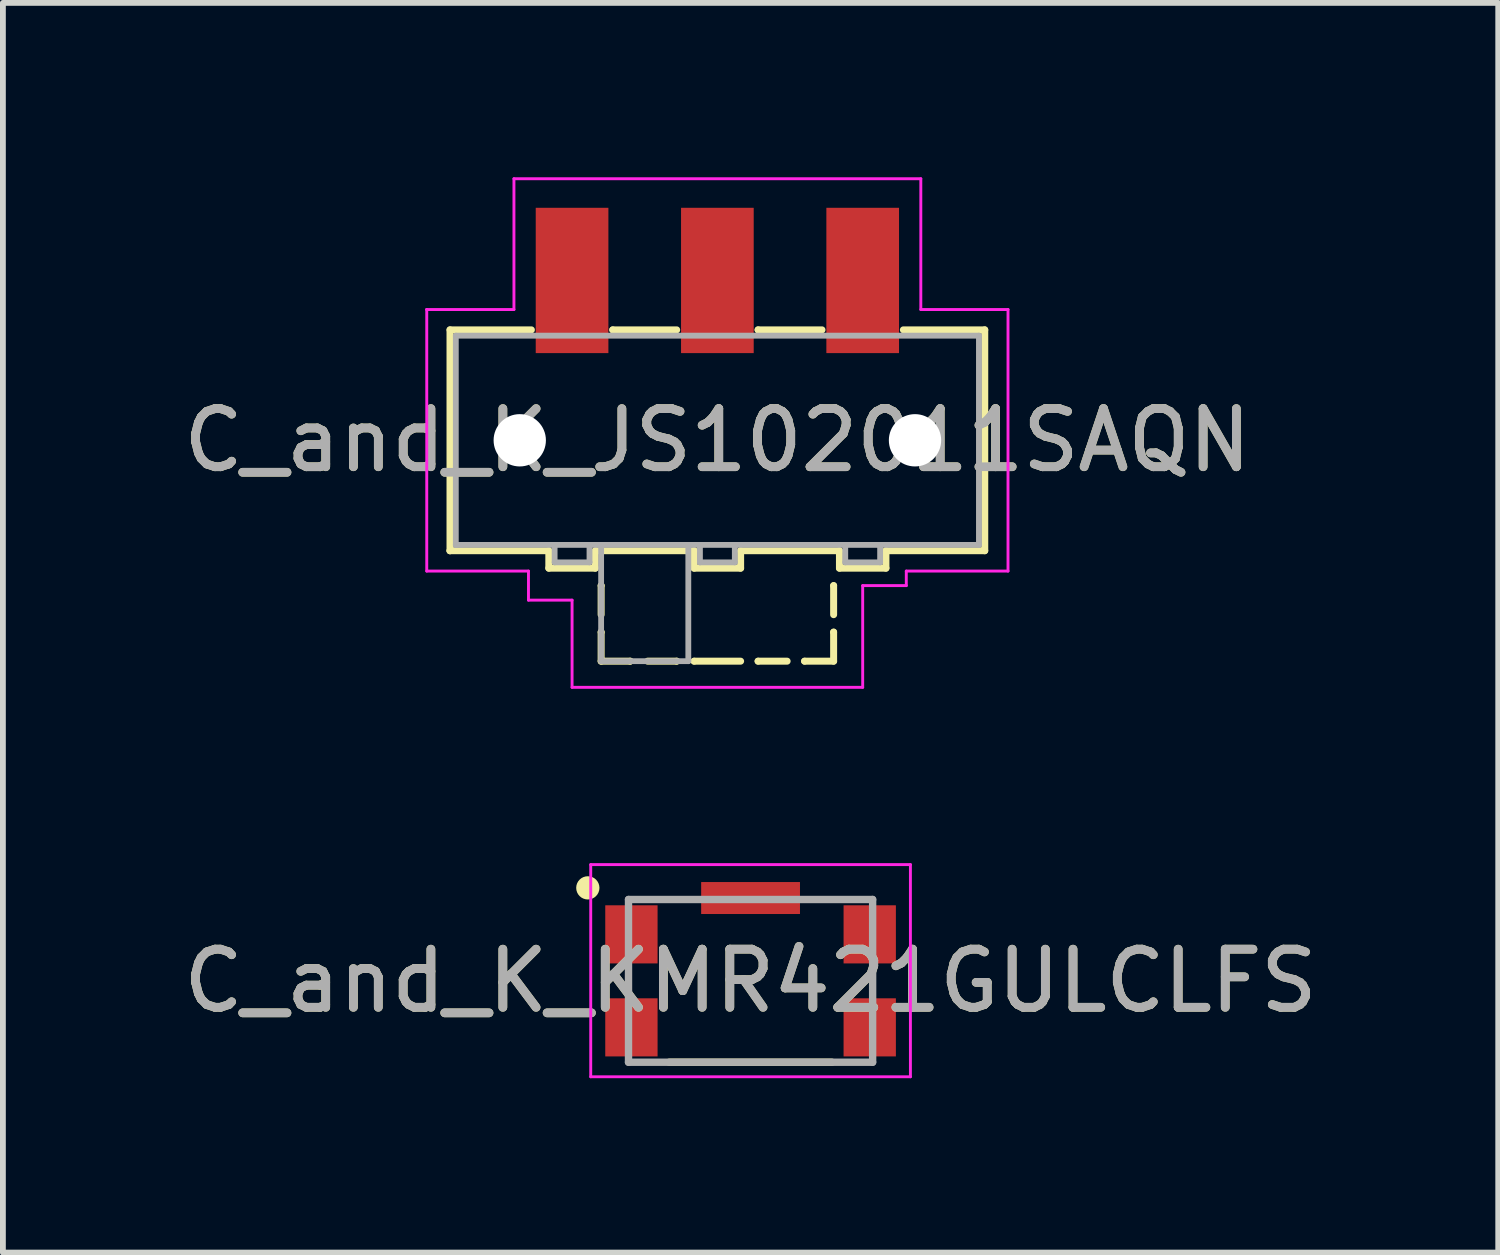
<source format=kicad_pcb>
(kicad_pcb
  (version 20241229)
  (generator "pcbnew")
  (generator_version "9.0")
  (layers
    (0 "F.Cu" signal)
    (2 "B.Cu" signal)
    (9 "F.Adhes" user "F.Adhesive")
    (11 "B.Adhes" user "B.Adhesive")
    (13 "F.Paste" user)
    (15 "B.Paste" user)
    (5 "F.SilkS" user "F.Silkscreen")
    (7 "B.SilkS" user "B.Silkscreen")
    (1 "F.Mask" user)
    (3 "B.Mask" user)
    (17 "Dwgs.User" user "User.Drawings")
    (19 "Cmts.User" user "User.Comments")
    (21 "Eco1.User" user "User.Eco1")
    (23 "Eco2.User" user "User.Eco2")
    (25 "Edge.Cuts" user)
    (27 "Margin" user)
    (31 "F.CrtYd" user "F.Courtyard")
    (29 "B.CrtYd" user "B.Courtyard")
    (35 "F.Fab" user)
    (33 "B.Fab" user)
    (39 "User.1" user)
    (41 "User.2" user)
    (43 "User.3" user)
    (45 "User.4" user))
  (footprint "C_and_K_JS102011SAQN"
    (layer "F.Cu")
    (at 9.292 4.525)
    (property "Reference" "C_and_K_JS102011SAQN" (at 0 0 0) (layer "F.SilkS") (effects (font (size 1 1) (thickness 0.15))))
    (attr smd)
    (fp_line (start -4.6 -1.9) (end -3.2 -1.9) (stroke (width 0.12) (type solid)) (layer "F.SilkS"))
    (fp_line (start -4.6 1.9) (end -4.6 -1.9) (stroke (width 0.12) (type solid)) (layer "F.SilkS"))
    (fp_line (start -4.6 1.9) (end -4.6 1.9) (stroke (width 0.12) (type solid)) (layer "F.SilkS"))
    (fp_line (start -2.9 1.9) (end -4.6 1.9) (stroke (width 0.12) (type solid)) (layer "F.SilkS"))
    (fp_line (start -2.9 2.2) (end -2.9 1.9) (stroke (width 0.12) (type solid)) (layer "F.SilkS"))
    (fp_line (start -2.1 1.9) (end -2.1 2.2) (stroke (width 0.12) (type solid)) (layer "F.SilkS"))
    (fp_line (start -2.1 2.2) (end -2.9 2.2) (stroke (width 0.12) (type solid)) (layer "F.SilkS"))
    (fp_line (start -2 2.5) (end -2 2.5) (stroke (width 0.12) (type solid)) (layer "F.SilkS"))
    (fp_line (start -2 3) (end -2 2.5) (stroke (width 0.12) (type solid)) (layer "F.SilkS"))
    (fp_line (start -2 3.3) (end -2 3.3) (stroke (width 0.12) (type solid)) (layer "F.SilkS"))
    (fp_line (start -2 3.8) (end -2 3.3) (stroke (width 0.12) (type solid)) (layer "F.SilkS"))
    (fp_line (start -2 3.8) (end -1.5 3.8) (stroke (width 0.12) (type solid)) (layer "F.SilkS"))
    (fp_line (start -1.8 -1.9) (end -1.8 -1.9) (stroke (width 0.12) (type solid)) (layer "F.SilkS"))
    (fp_line (start -1.5 3.8) (end -1.5 3.8) (stroke (width 0.12) (type solid)) (layer "F.SilkS"))
    (fp_line (start -1.2 3.8) (end -0.7 3.8) (stroke (width 0.12) (type solid)) (layer "F.SilkS"))
    (fp_line (start -0.7 -1.9) (end -1.8 -1.9) (stroke (width 0.12) (type solid)) (layer "F.SilkS"))
    (fp_line (start -0.7 3.8) (end -0.7 3.8) (stroke (width 0.12) (type solid)) (layer "F.SilkS"))
    (fp_line (start -0.4 1.9) (end -2.1 1.9) (stroke (width 0.12) (type solid)) (layer "F.SilkS"))
    (fp_line (start -0.4 2.2) (end -0.4 1.9) (stroke (width 0.12) (type solid)) (layer "F.SilkS"))
    (fp_line (start -0.4 3.8) (end -0.4 3.8) (stroke (width 0.12) (type solid)) (layer "F.SilkS"))
    (fp_line (start 0.4 1.9) (end 0.4 2.2) (stroke (width 0.12) (type solid)) (layer "F.SilkS"))
    (fp_line (start 0.4 2.2) (end -0.4 2.2) (stroke (width 0.12) (type solid)) (layer "F.SilkS"))
    (fp_line (start 0.4 3.8) (end -0.4 3.8) (stroke (width 0.12) (type solid)) (layer "F.SilkS"))
    (fp_line (start 0.7 -1.9) (end 0.7 -1.9) (stroke (width 0.12) (type solid)) (layer "F.SilkS"))
    (fp_line (start 0.7 3.8) (end 0.7 3.8) (stroke (width 0.12) (type solid)) (layer "F.SilkS"))
    (fp_line (start 1.2 3.8) (end 0.7 3.8) (stroke (width 0.12) (type solid)) (layer "F.SilkS"))
    (fp_line (start 1.5 3.8) (end 1.5 3.8) (stroke (width 0.12) (type solid)) (layer "F.SilkS"))
    (fp_line (start 1.8 -1.9) (end 0.7 -1.9) (stroke (width 0.12) (type solid)) (layer "F.SilkS"))
    (fp_line (start 2 2.5) (end 2 2.5) (stroke (width 0.12) (type solid)) (layer "F.SilkS"))
    (fp_line (start 2 3) (end 2 2.5) (stroke (width 0.12) (type solid)) (layer "F.SilkS"))
    (fp_line (start 2 3.3) (end 2 3.3) (stroke (width 0.12) (type solid)) (layer "F.SilkS"))
    (fp_line (start 2 3.8) (end 1.5 3.8) (stroke (width 0.12) (type solid)) (layer "F.SilkS"))
    (fp_line (start 2 3.8) (end 2 3.3) (stroke (width 0.12) (type solid)) (layer "F.SilkS"))
    (fp_line (start 2.1 1.9) (end 0.4 1.9) (stroke (width 0.12) (type solid)) (layer "F.SilkS"))
    (fp_line (start 2.1 2.2) (end 2.1 1.9) (stroke (width 0.12) (type solid)) (layer "F.SilkS"))
    (fp_line (start 2.9 1.9) (end 2.9 2.2) (stroke (width 0.12) (type solid)) (layer "F.SilkS"))
    (fp_line (start 2.9 2.2) (end 2.1 2.2) (stroke (width 0.12) (type solid)) (layer "F.SilkS"))
    (fp_line (start 3.2 -1.9) (end 4.6 -1.9) (stroke (width 0.12) (type solid)) (layer "F.SilkS"))
    (fp_line (start 4.6 -1.9) (end 4.6 1.9) (stroke (width 0.12) (type solid)) (layer "F.SilkS"))
    (fp_line (start 4.6 1.9) (end 2.9 1.9) (stroke (width 0.12) (type solid)) (layer "F.SilkS"))
    (fp_line (start -5 -2.25) (end -5 -2.25) (stroke (width 0.05) (type solid)) (layer "F.CrtYd"))
    (fp_line (start -5 -2.25) (end -5 2.25) (stroke (width 0.05) (type solid)) (layer "F.CrtYd"))
    (fp_line (start -5 2.25) (end -3.25 2.25) (stroke (width 0.05) (type solid)) (layer "F.CrtYd"))
    (fp_line (start -3.5 -4.5) (end -3.5 -2.25) (stroke (width 0.05) (type solid)) (layer "F.CrtYd"))
    (fp_line (start -3.5 -2.25) (end -5 -2.25) (stroke (width 0.05) (type solid)) (layer "F.CrtYd"))
    (fp_line (start -3.25 2.25) (end -3.25 2.75) (stroke (width 0.05) (type solid)) (layer "F.CrtYd"))
    (fp_line (start -3.25 2.75) (end -2.5 2.75) (stroke (width 0.05) (type solid)) (layer "F.CrtYd"))
    (fp_line (start -2.5 2.75) (end -2.5 4.25) (stroke (width 0.05) (type solid)) (layer "F.CrtYd"))
    (fp_line (start -2.5 4.25) (end 2.5 4.25) (stroke (width 0.05) (type solid)) (layer "F.CrtYd"))
    (fp_line (start 2.5 2.5) (end 3.25 2.5) (stroke (width 0.05) (type solid)) (layer "F.CrtYd"))
    (fp_line (start 2.5 4.25) (end 2.5 2.5) (stroke (width 0.05) (type solid)) (layer "F.CrtYd"))
    (fp_line (start 3.25 2.25) (end 5 2.25) (stroke (width 0.05) (type solid)) (layer "F.CrtYd"))
    (fp_line (start 3.25 2.5) (end 3.25 2.25) (stroke (width 0.05) (type solid)) (layer "F.CrtYd"))
    (fp_line (start 3.5 -4.5) (end -3.5 -4.5) (stroke (width 0.05) (type solid)) (layer "F.CrtYd"))
    (fp_line (start 3.5 -2.25) (end 3.5 -4.5) (stroke (width 0.05) (type solid)) (layer "F.CrtYd"))
    (fp_line (start 5 -2.25) (end 3.5 -2.25) (stroke (width 0.05) (type solid)) (layer "F.CrtYd"))
    (fp_line (start 5 2.25) (end 5 -2.25) (stroke (width 0.05) (type solid)) (layer "F.CrtYd"))
    (fp_line (start -4.5 -1.8) (end -4.5 1.8) (stroke (width 0.1) (type solid)) (layer "F.Fab"))
    (fp_line (start -4.5 -1.8) (end 4.5 -1.8) (stroke (width 0.1) (type solid)) (layer "F.Fab"))
    (fp_line (start -4.5 1.8) (end -4.5 1.8) (stroke (width 0.1) (type solid)) (layer "F.Fab"))
    (fp_line (start -4.5 1.8) (end -4.5 1.8) (stroke (width 0.1) (type solid)) (layer "F.Fab"))
    (fp_line (start -4.4 1.8) (end -4.5 1.8) (stroke (width 0.1) (type solid)) (layer "F.Fab"))
    (fp_line (start -2.8 1.8) (end -2.8 1.8) (stroke (width 0.1) (type solid)) (layer "F.Fab"))
    (fp_line (start -2.8 2.1) (end -2.8 1.8) (stroke (width 0.1) (type solid)) (layer "F.Fab"))
    (fp_line (start -2.2 1.8) (end -2.2 2.1) (stroke (width 0.1) (type solid)) (layer "F.Fab"))
    (fp_line (start -2.2 2.1) (end -2.8 2.1) (stroke (width 0.1) (type solid)) (layer "F.Fab"))
    (fp_line (start -2 1.8) (end -2 1.8) (stroke (width 0.1) (type solid)) (layer "F.Fab"))
    (fp_line (start -2 3.8) (end -2 1.8) (stroke (width 0.1) (type solid)) (layer "F.Fab"))
    (fp_line (start -1.5 1.8) (end -1.5 1.8) (stroke (width 0.1) (type solid)) (layer "F.Fab"))
    (fp_line (start -0.5 1.8) (end -0.5 3.8) (stroke (width 0.1) (type solid)) (layer "F.Fab"))
    (fp_line (start -0.5 3.8) (end -2 3.8) (stroke (width 0.1) (type solid)) (layer "F.Fab"))
    (fp_line (start -0.3 1.8) (end -0.3 1.8) (stroke (width 0.1) (type solid)) (layer "F.Fab"))
    (fp_line (start -0.3 2.1) (end -0.3 1.8) (stroke (width 0.1) (type solid)) (layer "F.Fab"))
    (fp_line (start 0.3 1.8) (end 0.3 2.1) (stroke (width 0.1) (type solid)) (layer "F.Fab"))
    (fp_line (start 0.3 2.1) (end -0.3 2.1) (stroke (width 0.1) (type solid)) (layer "F.Fab"))
    (fp_line (start 2.2 1.8) (end 2.2 2.1) (stroke (width 0.1) (type solid)) (layer "F.Fab"))
    (fp_line (start 2.2 2.1) (end 2.8 2.1) (stroke (width 0.1) (type solid)) (layer "F.Fab"))
    (fp_line (start 2.8 1.8) (end 2.8 1.8) (stroke (width 0.1) (type solid)) (layer "F.Fab"))
    (fp_line (start 2.8 2.1) (end 2.8 1.8) (stroke (width 0.1) (type solid)) (layer "F.Fab"))
    (fp_line (start 4.5 -1.8) (end 4.5 1.8) (stroke (width 0.1) (type solid)) (layer "F.Fab"))
    (fp_line (start 4.5 1.8) (end -4.4 1.8) (stroke (width 0.1) (type solid)) (layer "F.Fab"))
    (fp_text user "${REFERENCE}" (at 0 0 0) (layer "F.Fab") (effects (font (size 1 1) (thickness 0.15))))
    (pad "" np_thru_hole circle (at -3.4 0) (size 0.9 0.9) (drill 0.9) (layers "*.Cu" "*.Mask"))
    (pad "" np_thru_hole circle (at 3.4 0) (size 0.9 0.9) (drill 0.9) (layers "*.Cu" "*.Mask"))
    (pad "1" smd rect (at -2.5 -2.75) (size 1.25 2.5) (layers "F.Cu" "F.Mask" "F.Paste"))
    (pad "2" smd rect (at 0 -2.75) (size 1.25 2.5) (layers "F.Cu" "F.Mask" "F.Paste"))
    (pad "3" smd rect (at 2.5 -2.75) (size 1.25 2.5) (layers "F.Cu" "F.Mask" "F.Paste")))
  (footprint "C_and_K_KMR421GULCLFS"
    (layer "F.Cu")
    (at 9.863 13.825)
    (property "Reference" "C_and_K_KMR421GULCLFS" (at 0 0 0) (layer "F.SilkS") (effects (font (size 1 1) (thickness 0.15))))
    (attr smd)
    (fp_line (start -1.4 1.4) (end 1.4 1.4) (stroke (width 0.127) (type solid)) (layer "F.SilkS"))
    (fp_circle (center -2.8 -1.6) (end -2.7 -1.6) (stroke (width 0.2) (type solid)) (fill no) (layer "F.SilkS"))
    (fp_line (start -2.75 -2) (end 2.75 -2) (stroke (width 0.05) (type solid)) (layer "F.CrtYd"))
    (fp_line (start -2.75 1.65) (end -2.75 -2) (stroke (width 0.05) (type solid)) (layer "F.CrtYd"))
    (fp_line (start 2.75 -2) (end 2.75 1.65) (stroke (width 0.05) (type solid)) (layer "F.CrtYd"))
    (fp_line (start 2.75 1.65) (end -2.75 1.65) (stroke (width 0.05) (type solid)) (layer "F.CrtYd"))
    (fp_line (start -2.1 -1.4) (end 2.1 -1.4) (stroke (width 0.127) (type solid)) (layer "F.Fab"))
    (fp_line (start -2.1 1.4) (end -2.1 -1.4) (stroke (width 0.127) (type solid)) (layer "F.Fab"))
    (fp_line (start 2.1 -1.4) (end 2.1 1.4) (stroke (width 0.127) (type solid)) (layer "F.Fab"))
    (fp_line (start 2.1 1.4) (end -2.1 1.4) (stroke (width 0.127) (type solid)) (layer "F.Fab"))
    (fp_text user "${REFERENCE}" (at 0 0 0) (layer "F.Fab") (effects (font (size 1 1) (thickness 0.15))))
    (pad "1" smd rect (at -2.05 -0.8) (size 0.9 1) (layers "F.Cu" "F.Mask" "F.Paste"))
    (pad "2" smd rect (at -2.05 0.8) (size 0.9 1) (layers "F.Cu" "F.Mask" "F.Paste"))
    (pad "3" smd rect (at 2.05 0.8) (size 0.9 1) (layers "F.Cu" "F.Mask" "F.Paste"))
    (pad "4" smd rect (at 2.05 -0.8) (size 0.9 1) (layers "F.Cu" "F.Mask" "F.Paste"))
    (pad "5" smd rect (at 0 -1.425) (size 1.7 0.55) (layers "F.Cu" "F.Mask" "F.Paste")))
  (gr_rect
    (start -3 -3)
    (end 22.726 18.5)
    (stroke (width 0.1) (type default))
    (fill no)
    (layer "Edge.Cuts")))
</source>
